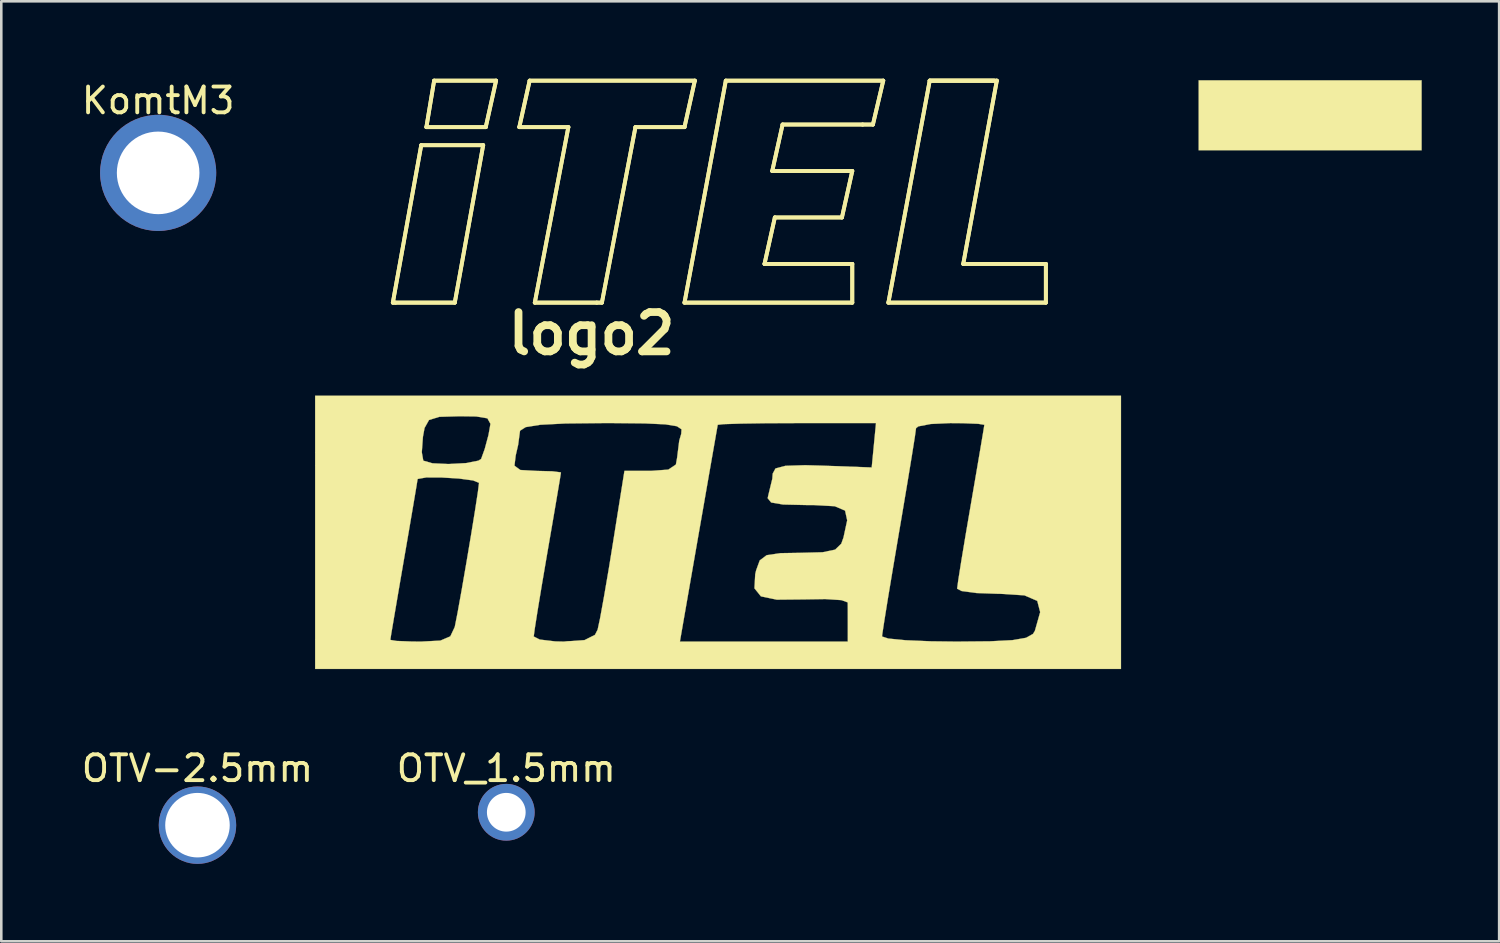
<source format=kicad_pcb>
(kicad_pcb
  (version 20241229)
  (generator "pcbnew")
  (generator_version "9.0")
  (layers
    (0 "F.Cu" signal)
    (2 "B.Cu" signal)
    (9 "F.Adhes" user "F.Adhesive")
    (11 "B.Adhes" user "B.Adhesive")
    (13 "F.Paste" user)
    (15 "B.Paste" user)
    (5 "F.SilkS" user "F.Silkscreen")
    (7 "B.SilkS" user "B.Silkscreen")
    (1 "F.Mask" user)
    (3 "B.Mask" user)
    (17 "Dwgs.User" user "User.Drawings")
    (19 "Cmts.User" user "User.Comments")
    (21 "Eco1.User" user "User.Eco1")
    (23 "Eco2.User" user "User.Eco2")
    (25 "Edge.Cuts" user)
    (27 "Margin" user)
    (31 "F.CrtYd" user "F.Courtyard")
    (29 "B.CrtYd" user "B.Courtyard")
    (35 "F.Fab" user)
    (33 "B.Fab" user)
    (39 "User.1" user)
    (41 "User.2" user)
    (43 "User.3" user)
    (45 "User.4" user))
  (footprint "OTV-2.5mm"
    (layer "F.Cu")
    (at 4.601 28.92)
    (property "Reference" "OTV-2.5mm" (at 0 -2.2 0) (layer "F.SilkS") (effects (font (size 1 1) (thickness 0.15))))
    (attr through_hole)
    (pad "1" thru_hole circle (at 0 0) (size 3 3) (drill 2.5) (layers "*.Cu" "*.Mask")))
  (footprint "OTV_1.5mm"
    (layer "F.Cu")
    (at 16.565 28.42)
    (property "Reference" "OTV_1.5mm" (at 0 -1.7 0) (layer "F.SilkS") (effects (font (size 1 1) (thickness 0.15))))
    (attr through_hole)
    (pad "" np_thru_hole circle (at 0 0) (size 2.2 2.2) (drill 1.5) (layers "*.Cu" "*.Mask")))
  (footprint "LOGO"
    (layer "F.Cu")
    (at 47.709 1.418)
    (property "Reference" "LOGO" (at 0 0 0) (layer "F.SilkS") (effects (font (size 1.524 1.524) (thickness 0.3))))
    (attr through_hole)
    (fp_poly (pts (xy 4.318 1.355) (xy -4.318 1.355) (xy -4.318 -1.355) (xy 4.318 -1.355) (xy 4.318 1.355)) (stroke (width 0.01) (type solid)) (fill yes) (layer "F.SilkS")))
  (footprint "logo2"
    (layer "F.Cu")
    (at 24.77 17.575)
    (property "Reference" "logo2" (at -4.9 -7.7 0) (layer "F.SilkS") (effects (font (size 1.524 1.524) (thickness 0.3))))
    (attr through_hole)
    (fp_line (start -12.6 -8.9) (end -12.5 -8.9) (stroke (width 0.15) (type solid)) (layer "F.SilkS"))
    (fp_line (start -12.6 -8.9) (end -12.5 -8.9) (stroke (width 0.15) (type solid)) (layer "F.SilkS"))
    (fp_line (start -12.5 -8.9) (end -10.2 -8.9) (stroke (width 0.15) (type solid)) (layer "F.SilkS"))
    (fp_line (start -12.5 -8.9) (end -10.2 -8.9) (stroke (width 0.15) (type solid)) (layer "F.SilkS"))
    (fp_line (start -11.5 -15) (end -12.6 -8.9) (stroke (width 0.15) (type solid)) (layer "F.SilkS"))
    (fp_line (start -11.5 -15) (end -12.6 -8.9) (stroke (width 0.15) (type solid)) (layer "F.SilkS"))
    (fp_line (start -11.3 -15.7) (end -11 -17.5) (stroke (width 0.15) (type solid)) (layer "F.SilkS"))
    (fp_line (start -11.3 -15.7) (end -11 -17.5) (stroke (width 0.15) (type solid)) (layer "F.SilkS"))
    (fp_line (start -11 -17.5) (end -8.6 -17.5) (stroke (width 0.15) (type solid)) (layer "F.SilkS"))
    (fp_line (start -11 -17.5) (end -8.6 -17.5) (stroke (width 0.15) (type solid)) (layer "F.SilkS"))
    (fp_line (start -10.2 -8.9) (end -9.1 -15) (stroke (width 0.15) (type solid)) (layer "F.SilkS"))
    (fp_line (start -10.2 -8.9) (end -9.1 -15) (stroke (width 0.15) (type solid)) (layer "F.SilkS"))
    (fp_line (start -9.1 -15) (end -11.5 -15) (stroke (width 0.15) (type solid)) (layer "F.SilkS"))
    (fp_line (start -9.1 -15) (end -11.5 -15) (stroke (width 0.15) (type solid)) (layer "F.SilkS"))
    (fp_line (start -9 -15.7) (end -11.3 -15.7) (stroke (width 0.15) (type solid)) (layer "F.SilkS"))
    (fp_line (start -9 -15.7) (end -11.3 -15.7) (stroke (width 0.15) (type solid)) (layer "F.SilkS"))
    (fp_line (start -9 -15.7) (end -8.6 -17.5) (stroke (width 0.15) (type solid)) (layer "F.SilkS"))
    (fp_line (start -9 -15.7) (end -8.6 -17.5) (stroke (width 0.15) (type solid)) (layer "F.SilkS"))
    (fp_line (start -7.7 -15.7) (end -7.3 -17.5) (stroke (width 0.15) (type solid)) (layer "F.SilkS"))
    (fp_line (start -7.7 -15.7) (end -7.3 -17.5) (stroke (width 0.15) (type solid)) (layer "F.SilkS"))
    (fp_line (start -7.7 -15.7) (end -5.8 -15.7) (stroke (width 0.15) (type solid)) (layer "F.SilkS"))
    (fp_line (start -7.7 -15.7) (end -5.8 -15.7) (stroke (width 0.15) (type solid)) (layer "F.SilkS"))
    (fp_line (start -7.1 -8.9) (end -4.7 -8.9) (stroke (width 0.15) (type solid)) (layer "F.SilkS"))
    (fp_line (start -7.1 -8.9) (end -4.7 -8.9) (stroke (width 0.15) (type solid)) (layer "F.SilkS"))
    (fp_line (start -5.8 -15.7) (end -7.1 -8.9) (stroke (width 0.15) (type solid)) (layer "F.SilkS"))
    (fp_line (start -5.8 -15.7) (end -7.1 -8.9) (stroke (width 0.15) (type solid)) (layer "F.SilkS"))
    (fp_line (start -4.5 -8.9) (end -4.7 -8.9) (stroke (width 0.15) (type solid)) (layer "F.SilkS"))
    (fp_line (start -4.5 -8.9) (end -4.7 -8.9) (stroke (width 0.15) (type solid)) (layer "F.SilkS"))
    (fp_line (start -4.5 -8.9) (end -3.2 -15.7) (stroke (width 0.15) (type solid)) (layer "F.SilkS"))
    (fp_line (start -4.5 -8.9) (end -3.2 -15.7) (stroke (width 0.15) (type solid)) (layer "F.SilkS"))
    (fp_line (start -1.3 -15.7) (end -3.2 -15.7) (stroke (width 0.15) (type solid)) (layer "F.SilkS"))
    (fp_line (start -1.3 -15.7) (end -3.2 -15.7) (stroke (width 0.15) (type solid)) (layer "F.SilkS"))
    (fp_line (start -1.3 -15.7) (end -0.9 -17.5) (stroke (width 0.15) (type solid)) (layer "F.SilkS"))
    (fp_line (start -1.3 -15.7) (end -0.9 -17.5) (stroke (width 0.15) (type solid)) (layer "F.SilkS"))
    (fp_line (start -1.3 -8.9) (end 0.3 -17.5) (stroke (width 0.15) (type solid)) (layer "F.SilkS"))
    (fp_line (start -1.3 -8.9) (end 0.3 -17.5) (stroke (width 0.15) (type solid)) (layer "F.SilkS"))
    (fp_line (start -1.3 -8.9) (end 5.2 -8.9) (stroke (width 0.15) (type solid)) (layer "F.SilkS"))
    (fp_line (start -1.3 -8.9) (end 5.2 -8.9) (stroke (width 0.15) (type solid)) (layer "F.SilkS"))
    (fp_line (start -0.9 -17.5) (end -7.3 -17.5) (stroke (width 0.15) (type solid)) (layer "F.SilkS"))
    (fp_line (start -0.9 -17.5) (end -7.3 -17.5) (stroke (width 0.15) (type solid)) (layer "F.SilkS"))
    (fp_line (start 0.3 -17.5) (end 6.4 -17.5) (stroke (width 0.15) (type solid)) (layer "F.SilkS"))
    (fp_line (start 0.3 -17.5) (end 6.4 -17.5) (stroke (width 0.15) (type solid)) (layer "F.SilkS"))
    (fp_line (start 1.8 -10.4) (end 2.2 -12.2) (stroke (width 0.15) (type solid)) (layer "F.SilkS"))
    (fp_line (start 1.8 -10.4) (end 2.2 -12.2) (stroke (width 0.15) (type solid)) (layer "F.SilkS"))
    (fp_line (start 2.1 -14) (end 2.5 -15.8) (stroke (width 0.15) (type solid)) (layer "F.SilkS"))
    (fp_line (start 2.1 -14) (end 2.5 -15.8) (stroke (width 0.15) (type solid)) (layer "F.SilkS"))
    (fp_line (start 2.2 -12.2) (end 4.8 -12.2) (stroke (width 0.15) (type solid)) (layer "F.SilkS"))
    (fp_line (start 2.2 -12.2) (end 4.8 -12.2) (stroke (width 0.15) (type solid)) (layer "F.SilkS"))
    (fp_line (start 2.5 -15.8) (end 5.6 -15.8) (stroke (width 0.15) (type solid)) (layer "F.SilkS"))
    (fp_line (start 2.5 -15.8) (end 5.6 -15.8) (stroke (width 0.15) (type solid)) (layer "F.SilkS"))
    (fp_line (start 4.8 -12.2) (end 5.2 -14) (stroke (width 0.15) (type solid)) (layer "F.SilkS"))
    (fp_line (start 4.8 -12.2) (end 5.2 -14) (stroke (width 0.15) (type solid)) (layer "F.SilkS"))
    (fp_line (start 5.2 -14) (end 2.1 -14) (stroke (width 0.15) (type solid)) (layer "F.SilkS"))
    (fp_line (start 5.2 -14) (end 2.1 -14) (stroke (width 0.15) (type solid)) (layer "F.SilkS"))
    (fp_line (start 5.2 -10.4) (end 1.8 -10.4) (stroke (width 0.15) (type solid)) (layer "F.SilkS"))
    (fp_line (start 5.2 -10.4) (end 1.8 -10.4) (stroke (width 0.15) (type solid)) (layer "F.SilkS"))
    (fp_line (start 5.2 -8.9) (end 5.2 -10.4) (stroke (width 0.15) (type solid)) (layer "F.SilkS"))
    (fp_line (start 5.2 -8.9) (end 5.2 -10.4) (stroke (width 0.15) (type solid)) (layer "F.SilkS"))
    (fp_line (start 5.6 -15.8) (end 6 -15.8) (stroke (width 0.15) (type solid)) (layer "F.SilkS"))
    (fp_line (start 5.6 -15.8) (end 6 -15.8) (stroke (width 0.15) (type solid)) (layer "F.SilkS"))
    (fp_line (start 6 -15.8) (end 6.4 -17.5) (stroke (width 0.15) (type solid)) (layer "F.SilkS"))
    (fp_line (start 6 -15.8) (end 6.4 -17.5) (stroke (width 0.15) (type solid)) (layer "F.SilkS"))
    (fp_line (start 6.6 -8.9) (end 8.2 -17.5) (stroke (width 0.15) (type solid)) (layer "F.SilkS"))
    (fp_line (start 6.6 -8.9) (end 8.2 -17.5) (stroke (width 0.15) (type solid)) (layer "F.SilkS"))
    (fp_line (start 6.6 -8.9) (end 12.7 -8.9) (stroke (width 0.15) (type solid)) (layer "F.SilkS"))
    (fp_line (start 6.6 -8.9) (end 12.7 -8.9) (stroke (width 0.15) (type solid)) (layer "F.SilkS"))
    (fp_line (start 10.7 -17.5) (end 8.2 -17.5) (stroke (width 0.15) (type solid)) (layer "F.SilkS"))
    (fp_line (start 10.7 -17.5) (end 8.2 -17.5) (stroke (width 0.15) (type solid)) (layer "F.SilkS"))
    (fp_line (start 10.8 -17.5) (end 8.2 -17.5) (stroke (width 0.15) (type solid)) (layer "F.SilkS"))
    (fp_line (start 10.8 -17.5) (end 8.2 -17.5) (stroke (width 0.15) (type solid)) (layer "F.SilkS"))
    (fp_line (start 10.8 -17.5) (end 9.5 -10.4) (stroke (width 0.15) (type solid)) (layer "F.SilkS"))
    (fp_line (start 10.8 -17.5) (end 9.5 -10.4) (stroke (width 0.15) (type solid)) (layer "F.SilkS"))
    (fp_line (start 12.7 -10.4) (end 9.5 -10.4) (stroke (width 0.15) (type solid)) (layer "F.SilkS"))
    (fp_line (start 12.7 -10.4) (end 9.5 -10.4) (stroke (width 0.15) (type solid)) (layer "F.SilkS"))
    (fp_line (start 12.7 -8.9) (end 12.7 -10.4) (stroke (width 0.15) (type solid)) (layer "F.SilkS"))
    (fp_line (start 12.7 -8.9) (end 12.7 -10.4) (stroke (width 0.15) (type solid)) (layer "F.SilkS"))
    (fp_poly (pts (xy 15.61 5.292) (xy -15.61 5.292) (xy -15.61 4.167) (xy -12.698 4.167) (xy -12.463 4.207) (xy -11.865 4.23) (xy -11.514 4.233) (xy -10.759 4.194) (xy -10.373 4.029) (xy -10.203 3.669) (xy -10.196 3.638) (xy -10.09 3.102) (xy -9.936 2.247) (xy -9.757 1.213) (xy -9.576 0.14) (xy -9.418 -0.832) (xy -9.305 -1.565) (xy -9.261 -1.917) (xy -9.261 -1.918) (xy -9.49 -2.011) (xy -10.043 -2.085) (xy -10.719 -2.126) (xy -11.316 -2.125) (xy -11.632 -2.07) (xy -11.643 -2.051) (xy -11.686 -1.78) (xy -11.802 -1.093) (xy -11.972 -0.095) (xy -12.171 1.058) (xy -12.377 2.256) (xy -12.545 3.244) (xy -12.659 3.916) (xy -12.698 4.167) (xy -15.61 4.167) (xy -15.61 -2.582) (xy -7.888 -2.582) (xy -7.661 -2.416) (xy -7.042 -2.381) (xy -6.418 -2.365) (xy -6.098 -2.325) (xy -6.087 -2.315) (xy -6.13 -2.044) (xy -6.246 -1.357) (xy -6.416 -0.359) (xy -6.615 0.794) (xy -6.822 2.008) (xy -6.991 3.027) (xy -7.103 3.741) (xy -7.142 4.035) (xy -6.907 4.154) (xy -6.31 4.225) (xy -5.971 4.233) (xy -1.479 4.233) (xy 5.027 4.233) (xy 5.027 4.035) (xy 6.353 4.035) (xy 6.598 4.115) (xy 7.266 4.18) (xy 8.248 4.221) (xy 9.232 4.233) (xy 10.54 4.221) (xy 11.411 4.176) (xy 11.934 4.085) (xy 12.201 3.935) (xy 12.275 3.815) (xy 12.48 3.091) (xy 12.367 2.655) (xy 11.87 2.441) (xy 10.92 2.381) (xy 10.848 2.381) (xy 10.011 2.351) (xy 9.436 2.273) (xy 9.262 2.183) (xy 9.306 1.858) (xy 9.422 1.122) (xy 9.594 0.088) (xy 9.79 -1.058) (xy 9.996 -2.256) (xy 10.164 -3.244) (xy 10.277 -3.916) (xy 10.317 -4.167) (xy 10.08 -4.205) (xy 9.472 -4.229) (xy 8.996 -4.233) (xy 8.24 -4.198) (xy 7.76 -4.106) (xy 7.67 -4.035) (xy 7.627 -3.717) (xy 7.509 -2.974) (xy 7.333 -1.905) (xy 7.115 -0.607) (xy 7.011 0) (xy 6.78 1.367) (xy 6.583 2.547) (xy 6.439 3.443) (xy 6.361 3.956) (xy 6.353 4.035) (xy 5.027 4.035) (xy 5.027 3.572) (xy 5.026 2.99) (xy 5.024 2.715) (xy 4.782 2.626) (xy 4.152 2.585) (xy 3.33 2.598) (xy 2.275 2.608) (xy 1.661 2.48) (xy 1.41 2.168) (xy 1.44 1.621) (xy 1.476 1.467) (xy 1.615 1.087) (xy 1.883 0.885) (xy 2.421 0.806) (xy 3.173 0.794) (xy 4.049 0.771) (xy 4.536 0.67) (xy 4.773 0.441) (xy 4.86 0.198) (xy 5.003 -0.465) (xy 4.921 -0.842) (xy 4.521 -1.012) (xy 3.711 -1.057) (xy 3.411 -1.058) (xy 2.52 -1.078) (xy 2.057 -1.157) (xy 1.922 -1.324) (xy 1.956 -1.477) (xy 2.102 -2.076) (xy 2.117 -2.275) (xy 2.225 -2.475) (xy 2.612 -2.578) (xy 3.374 -2.602) (xy 4.035 -2.584) (xy 5.953 -2.514) (xy 6.036 -3.373) (xy 6.119 -4.233) (xy 3.059 -4.233) (xy 1.856 -4.228) (xy 0.873 -4.213) (xy 0.216 -4.192) (xy -0.013 -4.167) (xy -0.06 -3.898) (xy -0.183 -3.196) (xy -0.366 -2.152) (xy -0.592 -0.853) (xy -0.753 0.066) (xy -1.479 4.233) (xy -5.971 4.233) (xy -5.174 4.175) (xy -4.77 3.972) (xy -4.666 3.77) (xy -4.571 3.328) (xy -4.419 2.492) (xy -4.231 1.395) (xy -4.08 0.463) (xy -3.627 -2.381) (xy -2.607 -2.381) (xy -1.927 -2.431) (xy -1.634 -2.627) (xy -1.587 -2.889) (xy -1.504 -3.553) (xy -1.427 -3.815) (xy -1.415 -3.992) (xy -1.594 -4.111) (xy -2.043 -4.184) (xy -2.841 -4.221) (xy -4.068 -4.233) (xy -4.47 -4.233) (xy -5.913 -4.218) (xy -6.887 -4.168) (xy -7.453 -4.077) (xy -7.67 -3.939) (xy -7.677 -3.903) (xy -7.745 -3.392) (xy -7.84 -2.977) (xy -7.888 -2.582) (xy -15.61 -2.582) (xy -15.61 -3.101) (xy -11.478 -3.101) (xy -11.42 -2.777) (xy -11.068 -2.676) (xy -10.443 -2.647) (xy -9.772 -2.683) (xy -9.285 -2.777) (xy -9.18 -2.844) (xy -9.041 -3.228) (xy -8.895 -3.77) (xy -8.818 -4.204) (xy -8.937 -4.418) (xy -9.372 -4.49) (xy -10.019 -4.498) (xy -10.798 -4.476) (xy -11.198 -4.353) (xy -11.371 -4.045) (xy -11.434 -3.703) (xy -11.478 -3.101) (xy -15.61 -3.101) (xy -15.61 -5.292) (xy 15.61 -5.292) (xy 15.61 5.292)) (stroke (width 0.01) (type solid)) (fill yes) (layer "F.SilkS")))
  (footprint "KomtM3"
    (layer "F.Cu")
    (at 3.077 3.648)
    (property "Reference" "KomtM3" (at 0 -2.8 0) (layer "F.SilkS") (effects (font (size 1 1) (thickness 0.15))))
    (attr through_hole)
    (pad "1" thru_hole circle (at 0 0) (size 4.5 4.5) (drill 3.2) (layers "*.Cu" "*.Mask")))
  (gr_rect
    (start -3 -3)
    (end 55.032 33.42)
    (stroke (width 0.1) (type default))
    (fill no)
    (layer "Edge.Cuts")))
</source>
